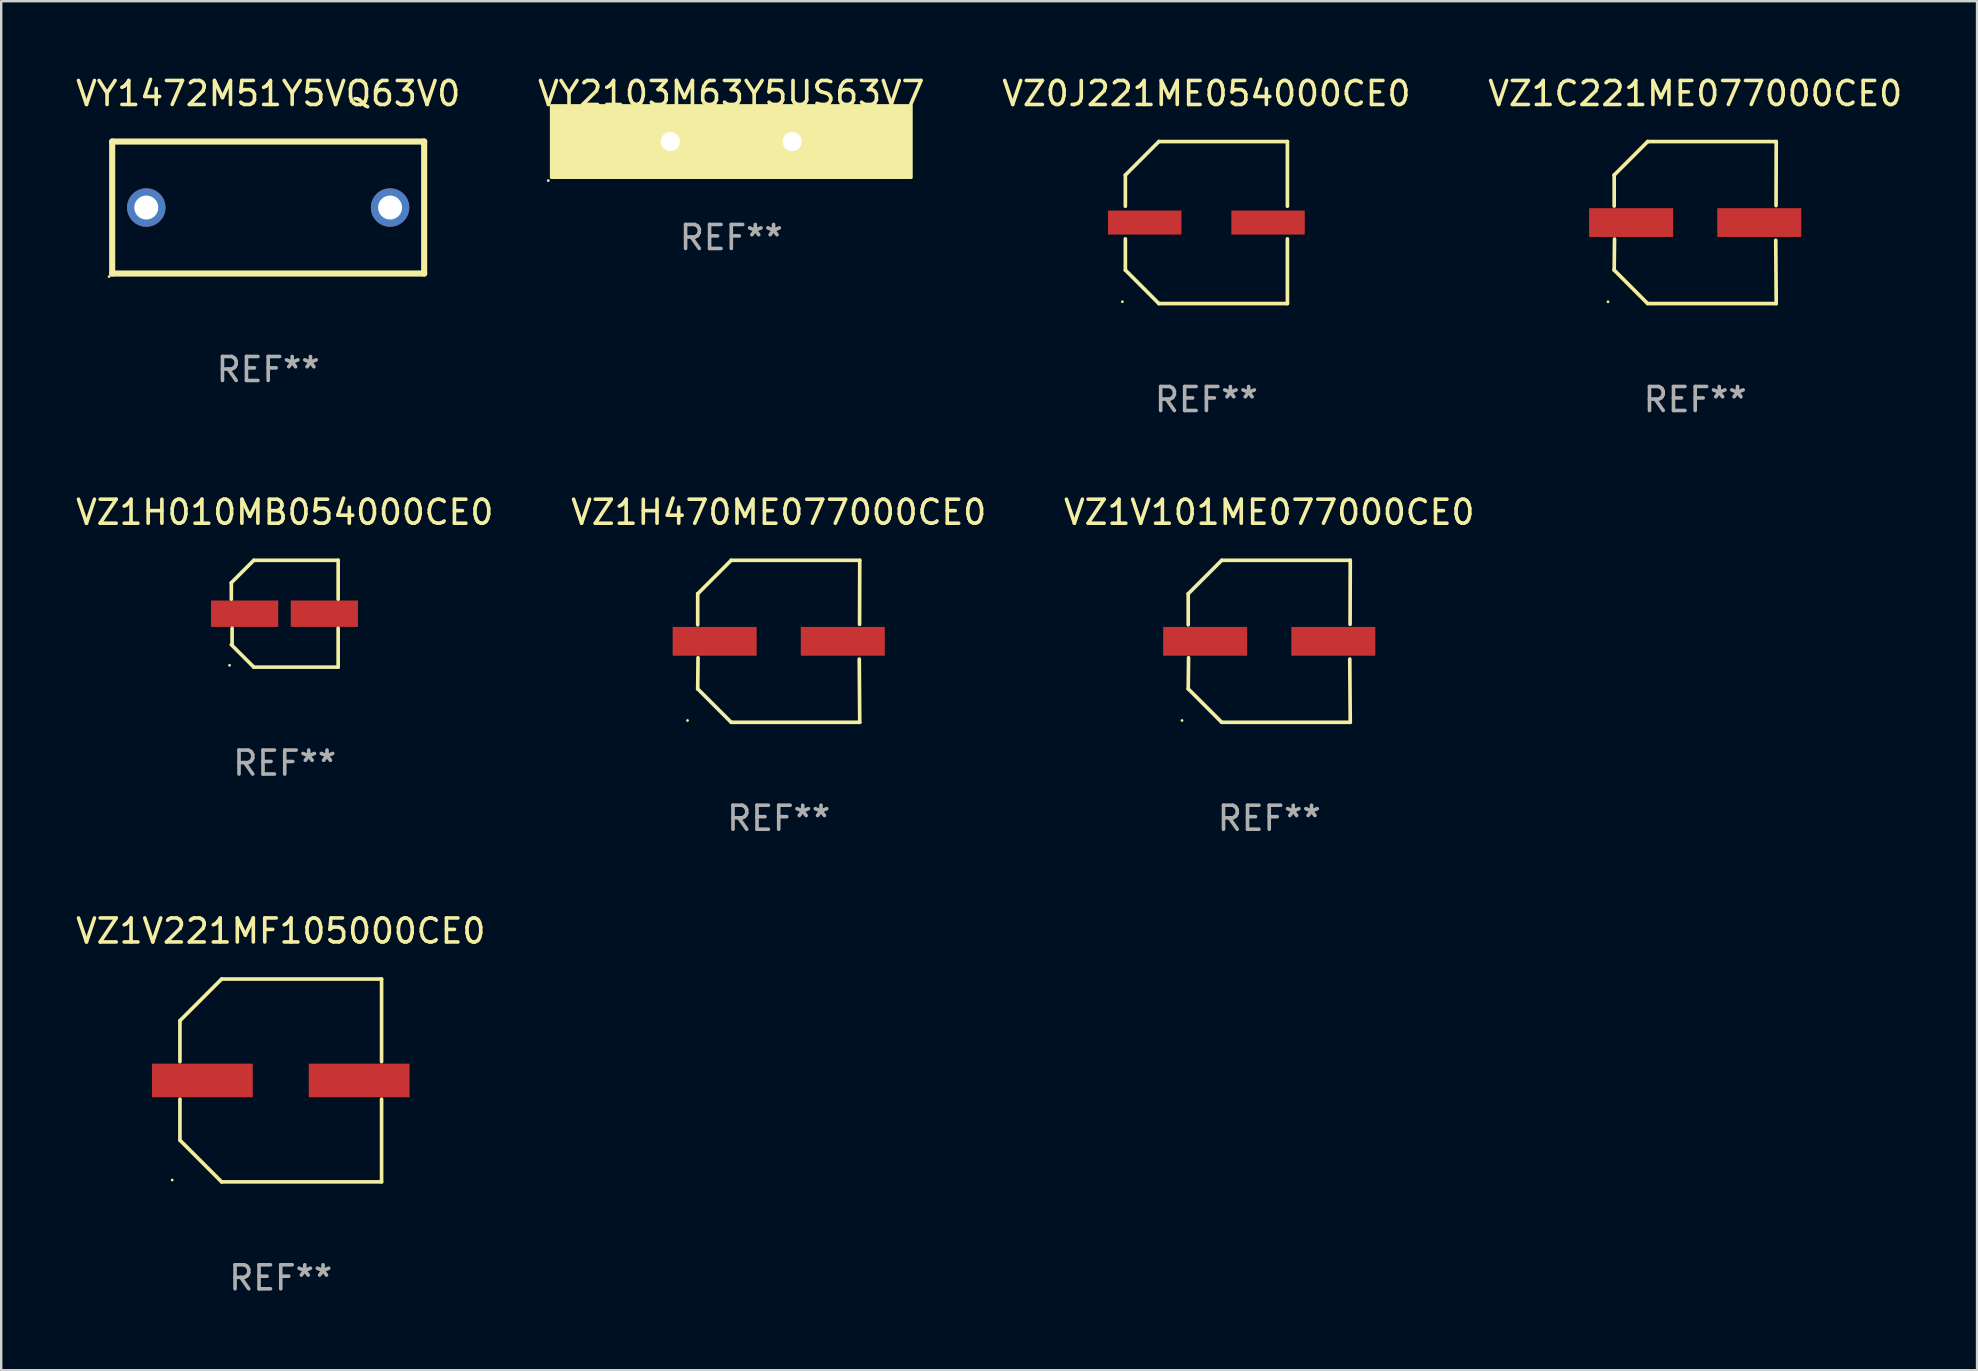
<source format=kicad_pcb>
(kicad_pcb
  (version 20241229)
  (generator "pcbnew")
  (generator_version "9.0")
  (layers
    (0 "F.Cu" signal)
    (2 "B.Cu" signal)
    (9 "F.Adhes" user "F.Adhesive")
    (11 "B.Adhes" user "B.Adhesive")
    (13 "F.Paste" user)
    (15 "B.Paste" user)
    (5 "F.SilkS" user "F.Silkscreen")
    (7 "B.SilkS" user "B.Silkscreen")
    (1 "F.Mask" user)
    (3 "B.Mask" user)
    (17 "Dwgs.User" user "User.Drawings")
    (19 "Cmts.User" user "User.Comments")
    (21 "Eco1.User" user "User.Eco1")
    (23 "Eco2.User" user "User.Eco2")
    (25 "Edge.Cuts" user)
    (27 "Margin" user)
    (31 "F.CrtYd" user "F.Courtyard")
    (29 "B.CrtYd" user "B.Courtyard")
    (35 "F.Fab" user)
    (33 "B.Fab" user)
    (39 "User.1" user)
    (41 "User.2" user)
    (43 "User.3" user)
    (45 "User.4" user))
  (footprint "VZ1V221MF105000CE0"
    (layer "F.Cu")
    (at 8.649 41.972)
    (property "Reference" "VZ1V221MF105000CE0" (at 0 -6.226 0) (layer "F.SilkS") (effects (font (size 1 1) (thickness 0.15))))
    (attr through_hole)
    (fp_line (start -4.201 -2.49) (end -4.201 -0.782) (stroke (width 0.152) (type solid)) (layer "F.SilkS"))
    (fp_line (start -4.201 2.49) (end -4.201 0.782) (stroke (width 0.152) (type solid)) (layer "F.SilkS"))
    (fp_line (start -2.465 -4.226) (end -4.201 -2.49) (stroke (width 0.152) (type solid)) (layer "F.SilkS"))
    (fp_line (start -2.465 4.226) (end -4.201 2.49) (stroke (width 0.152) (type solid)) (layer "F.SilkS"))
    (fp_line (start 4.201 -4.226) (end -2.465 -4.226) (stroke (width 0.152) (type solid)) (layer "F.SilkS"))
    (fp_line (start 4.201 -0.782) (end 4.201 -4.226) (stroke (width 0.152) (type solid)) (layer "F.SilkS"))
    (fp_line (start 4.201 0.782) (end 4.201 4.226) (stroke (width 0.152) (type solid)) (layer "F.SilkS"))
    (fp_line (start 4.201 4.226) (end -2.465 4.226) (stroke (width 0.152) (type solid)) (layer "F.SilkS"))
    (fp_circle (center -4.524 4.15) (end -4.494 4.15) (stroke (width 0.06) (type solid)) (fill no) (layer "F.SilkS"))
    (fp_text user "REF**" (at 0 8.226 0) (layer "F.Fab") (effects (font (size 1 1) (thickness 0.15))))
    (pad "1" smd rect (at -3.267 0) (size 4.2 1.4) (layers "F.Cu" "F.Mask" "F.Paste"))
    (pad "2" smd rect (at 3.267 0) (size 4.2 1.4) (layers "F.Cu" "F.Mask" "F.Paste")))
  (footprint "VZ1C221ME077000CE0"
    (layer "F.Cu")
    (at 67.589 6.224)
    (property "Reference" "VZ1C221ME077000CE0" (at 0 -5.376 0) (layer "F.SilkS") (effects (font (size 1 1) (thickness 0.15))))
    (attr through_hole)
    (fp_line (start -3.376 -1.98) (end -3.376 -0.686) (stroke (width 0.152) (type solid)) (layer "F.SilkS"))
    (fp_line (start -3.376 1.981) (end -3.362 0.686) (stroke (width 0.152) (type solid)) (layer "F.SilkS"))
    (fp_line (start -1.981 3.376) (end -3.376 1.981) (stroke (width 0.152) (type solid)) (layer "F.SilkS"))
    (fp_line (start -1.98 -3.376) (end -3.376 -1.98) (stroke (width 0.152) (type solid)) (layer "F.SilkS"))
    (fp_line (start 3.356 0.74) (end 3.376 3.376) (stroke (width 0.152) (type solid)) (layer "F.SilkS"))
    (fp_line (start 3.369 -0.707) (end 3.376 -3.376) (stroke (width 0.152) (type solid)) (layer "F.SilkS"))
    (fp_line (start 3.376 3.376) (end -1.981 3.376) (stroke (width 0.152) (type solid)) (layer "F.SilkS"))
    (fp_line (start 3.376 -3.376) (end -1.98 -3.376) (stroke (width 0.152) (type solid)) (layer "F.SilkS"))
    (fp_circle (center -3.634 3.3) (end -3.604 3.3) (stroke (width 0.06) (type solid)) (fill no) (layer "F.SilkS"))
    (fp_text user "REF**" (at 0 7.376 0) (layer "F.Fab") (effects (font (size 1 1) (thickness 0.15))))
    (pad "1" smd rect (at -2.67 0.000254) (size 3.5 1.2) (layers "F.Cu" "F.Mask" "F.Paste"))
    (pad "2" smd rect (at 2.67 0.000254) (size 3.5 1.2) (layers "F.Cu" "F.Mask" "F.Paste")))
  (footprint "VZ1V101ME077000CE0"
    (layer "F.Cu")
    (at 49.839 23.673)
    (property "Reference" "VZ1V101ME077000CE0" (at 0 -5.376 0) (layer "F.SilkS") (effects (font (size 1 1) (thickness 0.15))))
    (attr through_hole)
    (fp_line (start -3.376 -1.98) (end -3.376 -0.686) (stroke (width 0.152) (type solid)) (layer "F.SilkS"))
    (fp_line (start -3.376 1.981) (end -3.362 0.686) (stroke (width 0.152) (type solid)) (layer "F.SilkS"))
    (fp_line (start -1.981 3.376) (end -3.376 1.981) (stroke (width 0.152) (type solid)) (layer "F.SilkS"))
    (fp_line (start -1.98 -3.376) (end -3.376 -1.98) (stroke (width 0.152) (type solid)) (layer "F.SilkS"))
    (fp_line (start 3.356 0.74) (end 3.376 3.376) (stroke (width 0.152) (type solid)) (layer "F.SilkS"))
    (fp_line (start 3.369 -0.707) (end 3.376 -3.376) (stroke (width 0.152) (type solid)) (layer "F.SilkS"))
    (fp_line (start 3.376 3.376) (end -1.981 3.376) (stroke (width 0.152) (type solid)) (layer "F.SilkS"))
    (fp_line (start 3.376 -3.376) (end -1.98 -3.376) (stroke (width 0.152) (type solid)) (layer "F.SilkS"))
    (fp_circle (center -3.634 3.3) (end -3.604 3.3) (stroke (width 0.06) (type solid)) (fill no) (layer "F.SilkS"))
    (fp_text user "REF**" (at 0 7.376 0) (layer "F.Fab") (effects (font (size 1 1) (thickness 0.15))))
    (pad "1" smd rect (at -2.67 0.000254) (size 3.5 1.2) (layers "F.Cu" "F.Mask" "F.Paste"))
    (pad "2" smd rect (at 2.67 0.000254) (size 3.5 1.2) (layers "F.Cu" "F.Mask" "F.Paste")))
  (footprint "VZ1H470ME077000CE0"
    (layer "F.Cu")
    (at 29.399 23.673)
    (property "Reference" "VZ1H470ME077000CE0" (at 0 -5.376 0) (layer "F.SilkS") (effects (font (size 1 1) (thickness 0.15))))
    (attr through_hole)
    (fp_line (start -3.376 -1.98) (end -3.376 -0.686) (stroke (width 0.152) (type solid)) (layer "F.SilkS"))
    (fp_line (start -3.376 1.981) (end -3.362 0.686) (stroke (width 0.152) (type solid)) (layer "F.SilkS"))
    (fp_line (start -1.981 3.376) (end -3.376 1.981) (stroke (width 0.152) (type solid)) (layer "F.SilkS"))
    (fp_line (start -1.98 -3.376) (end -3.376 -1.98) (stroke (width 0.152) (type solid)) (layer "F.SilkS"))
    (fp_line (start 3.356 0.74) (end 3.376 3.376) (stroke (width 0.152) (type solid)) (layer "F.SilkS"))
    (fp_line (start 3.369 -0.707) (end 3.376 -3.376) (stroke (width 0.152) (type solid)) (layer "F.SilkS"))
    (fp_line (start 3.376 3.376) (end -1.981 3.376) (stroke (width 0.152) (type solid)) (layer "F.SilkS"))
    (fp_line (start 3.376 -3.376) (end -1.98 -3.376) (stroke (width 0.152) (type solid)) (layer "F.SilkS"))
    (fp_circle (center -3.8 3.3) (end -3.77 3.3) (stroke (width 0.06) (type solid)) (fill no) (layer "F.SilkS"))
    (fp_text user "REF**" (at 0 7.376 0) (layer "F.Fab") (effects (font (size 1 1) (thickness 0.15))))
    (pad "1" smd rect (at -2.67 0.000203) (size 3.5 1.2) (layers "F.Cu" "F.Mask" "F.Paste"))
    (pad "2" smd rect (at 2.67 0.000203) (size 3.5 1.2) (layers "F.Cu" "F.Mask" "F.Paste")))
  (footprint "VZ0J221ME054000CE0"
    (layer "F.Cu")
    (at 47.22 6.224)
    (property "Reference" "VZ0J221ME054000CE0" (at 0 -5.376 0) (layer "F.SilkS") (effects (font (size 1 1) (thickness 0.15))))
    (attr through_hole)
    (fp_line (start -3.376 -1.98) (end -3.376 -0.68) (stroke (width 0.152) (type solid)) (layer "F.SilkS"))
    (fp_line (start -3.376 -1.98) (end -1.98 -3.376) (stroke (width 0.152) (type solid)) (layer "F.SilkS"))
    (fp_line (start -3.376 0.68) (end -3.376 1.98) (stroke (width 0.152) (type solid)) (layer "F.SilkS"))
    (fp_line (start -3.376 1.98) (end -1.98 3.376) (stroke (width 0.152) (type solid)) (layer "F.SilkS"))
    (fp_line (start -1.98 -3.376) (end 3.376 -3.376) (stroke (width 0.152) (type solid)) (layer "F.SilkS"))
    (fp_line (start -1.98 3.376) (end 3.376 3.376) (stroke (width 0.152) (type solid)) (layer "F.SilkS"))
    (fp_line (start 3.376 -3.376) (end 3.376 -0.68) (stroke (width 0.152) (type solid)) (layer "F.SilkS"))
    (fp_line (start 3.376 0.68) (end 3.376 3.376) (stroke (width 0.152) (type solid)) (layer "F.SilkS"))
    (fp_circle (center -3.501 3.3) (end -3.471 3.3) (stroke (width 0.06) (type solid)) (fill no) (layer "F.SilkS"))
    (fp_text user "REF**" (at 0 7.376 0) (layer "F.Fab") (effects (font (size 1 1) (thickness 0.15))))
    (pad "1" smd rect (at -2.57 0.000013) (size 3.06 1) (layers "F.Cu" "F.Mask" "F.Paste"))
    (pad "2" smd rect (at 2.57 0.000013) (size 3.06 1) (layers "F.Cu" "F.Mask" "F.Paste")))
  (footprint "VY1472M51Y5VQ63V0"
    (layer "F.Cu")
    (at 8.125 5.598)
    (property "Reference" "VY1472M51Y5VQ63V0" (at 0 -4.75 0) (layer "F.SilkS") (effects (font (size 1 1) (thickness 0.15))))
    (attr through_hole)
    (fp_line (start -6.5 -2.75) (end 6.5 -2.75) (stroke (width 0.254) (type solid)) (layer "F.SilkS"))
    (fp_line (start -6.5 2.75) (end -6.5 -2.75) (stroke (width 0.254) (type solid)) (layer "F.SilkS"))
    (fp_line (start 6.5 -2.75) (end 6.5 2.75) (stroke (width 0.254) (type solid)) (layer "F.SilkS"))
    (fp_line (start 6.5 2.75) (end -6.5 2.75) (stroke (width 0.254) (type solid)) (layer "F.SilkS"))
    (fp_circle (center -6.627 2.877) (end -6.597 2.877) (stroke (width 0.06) (type solid)) (fill no) (layer "F.SilkS"))
    (fp_text user "REF**" (at 0 6.75 0) (layer "F.Fab") (effects (font (size 1 1) (thickness 0.15))))
    (pad "1" thru_hole circle (at -5.08 -0.000013) (size 1.6 1.6) (drill 1) (layers "*.Cu" "*.Mask"))
    (pad "2" thru_hole circle (at 5.08 -0.000013) (size 1.6 1.6) (drill 1) (layers "*.Cu" "*.Mask")))
  (footprint "VY2103M63Y5US63V7"
    (layer "F.Cu")
    (at 27.423 2.848)
    (property "Reference" "VY2103M63Y5US63V7" (at 0 -2 0) (layer "F.SilkS") (effects (font (size 1 1) (thickness 0.15))))
    (attr through_hole)
    (fp_circle (center -7.627 1.627) (end -7.597 1.627) (stroke (width 0.06) (type solid)) (fill no) (layer "F.SilkS"))
    (fp_poly (pts (xy -7.5 -1.5) (xy 7.5 -1.5) (xy 7.5 1.5) (xy -7.5 1.5)) (stroke (width 0.12) (type solid)) (fill yes) (layer "F.SilkS"))
    (fp_text user "REF**" (at 0 4 0) (layer "F.Fab") (effects (font (size 1 1) (thickness 0.15))))
    (pad "1" thru_hole circle (at -2.54 0) (size 1.6 1.6) (drill 0.8) (layers "*.Cu" "*.Mask"))
    (pad "2" thru_hole circle (at 2.54 0) (size 1.6 1.6) (drill 0.8) (layers "*.Cu" "*.Mask")))
  (footprint "VZ1H010MB054000CE0"
    (layer "F.Cu")
    (at 8.815 22.523)
    (property "Reference" "VZ1H010MB054000CE0" (at 0 -4.226 0) (layer "F.SilkS") (effects (font (size 1 1) (thickness 0.15))))
    (attr through_hole)
    (fp_line (start -2.226 -1.29) (end -2.226 -0.607) (stroke (width 0.152) (type solid)) (layer "F.SilkS"))
    (fp_line (start -2.193 1.29) (end -2.193 0.607) (stroke (width 0.152) (type solid)) (layer "F.SilkS"))
    (fp_line (start -1.29 2.226) (end -2.226 1.29) (stroke (width 0.152) (type solid)) (layer "F.SilkS"))
    (fp_line (start -1.29 -2.226) (end -2.226 -1.29) (stroke (width 0.152) (type solid)) (layer "F.SilkS"))
    (fp_line (start 2.226 -2.226) (end -1.29 -2.226) (stroke (width 0.152) (type solid)) (layer "F.SilkS"))
    (fp_line (start 2.226 -0.607) (end 2.226 -2.226) (stroke (width 0.152) (type solid)) (layer "F.SilkS"))
    (fp_line (start 2.226 0.607) (end 2.226 2.226) (stroke (width 0.152) (type solid)) (layer "F.SilkS"))
    (fp_line (start 2.226 2.226) (end -1.29 2.226) (stroke (width 0.152) (type solid)) (layer "F.SilkS"))
    (fp_circle (center -2.3 2.15) (end -2.27 2.15) (stroke (width 0.06) (type solid)) (fill no) (layer "F.SilkS"))
    (fp_text user "REF**" (at 0 6.226 0) (layer "F.Fab") (effects (font (size 1 1) (thickness 0.15))))
    (pad "1" smd rect (at -1.67 -0.000025) (size 2.8 1.1) (layers "F.Cu" "F.Mask" "F.Paste"))
    (pad "2" smd rect (at 1.651 -0.000025) (size 2.8 1.1) (layers "F.Cu" "F.Mask" "F.Paste")))
  (gr_rect
    (start -3 -3)
    (end 79.333 54.046)
    (stroke (width 0.1) (type default))
    (fill no)
    (layer "Edge.Cuts")))
</source>
